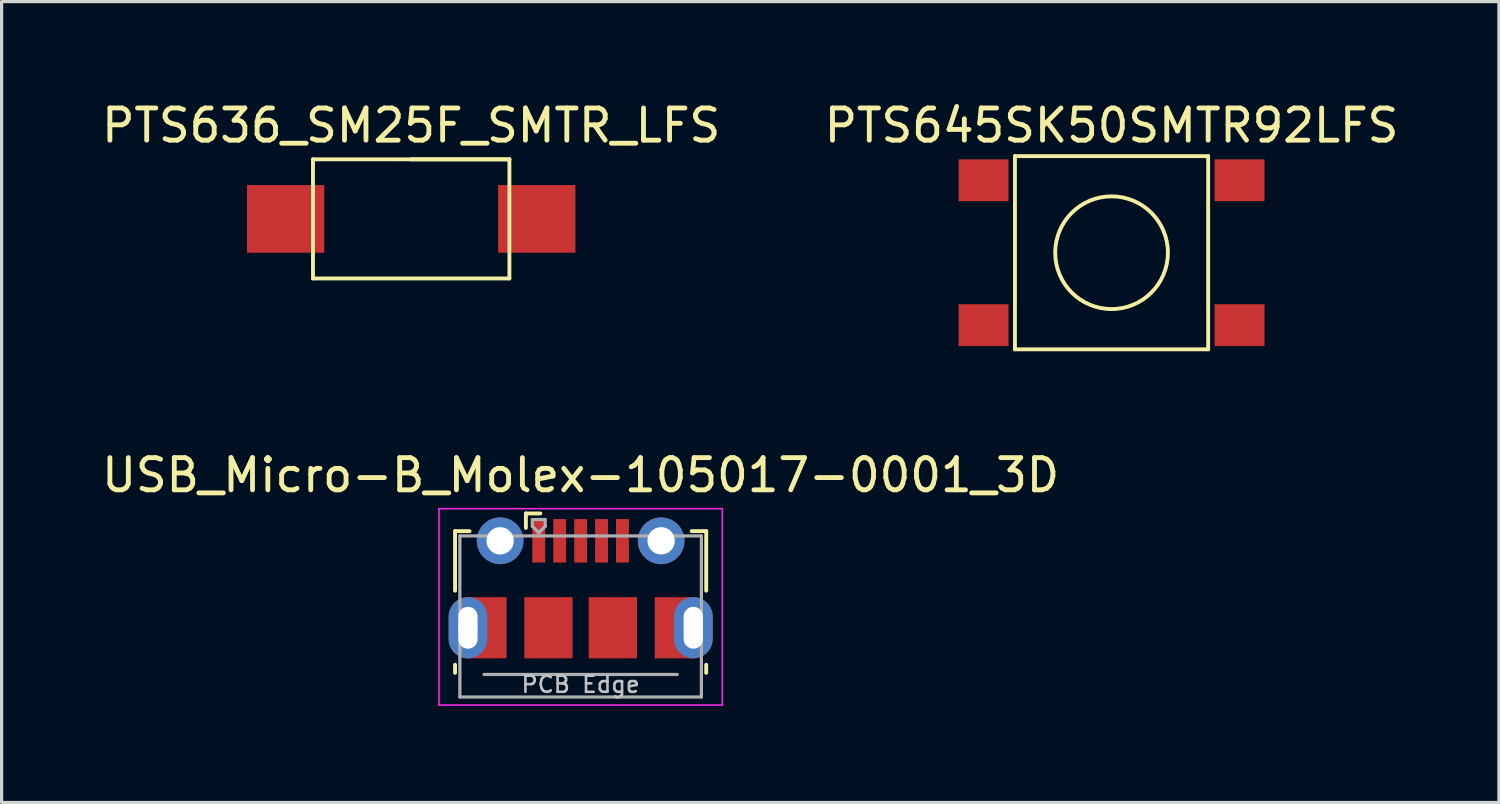
<source format=kicad_pcb>
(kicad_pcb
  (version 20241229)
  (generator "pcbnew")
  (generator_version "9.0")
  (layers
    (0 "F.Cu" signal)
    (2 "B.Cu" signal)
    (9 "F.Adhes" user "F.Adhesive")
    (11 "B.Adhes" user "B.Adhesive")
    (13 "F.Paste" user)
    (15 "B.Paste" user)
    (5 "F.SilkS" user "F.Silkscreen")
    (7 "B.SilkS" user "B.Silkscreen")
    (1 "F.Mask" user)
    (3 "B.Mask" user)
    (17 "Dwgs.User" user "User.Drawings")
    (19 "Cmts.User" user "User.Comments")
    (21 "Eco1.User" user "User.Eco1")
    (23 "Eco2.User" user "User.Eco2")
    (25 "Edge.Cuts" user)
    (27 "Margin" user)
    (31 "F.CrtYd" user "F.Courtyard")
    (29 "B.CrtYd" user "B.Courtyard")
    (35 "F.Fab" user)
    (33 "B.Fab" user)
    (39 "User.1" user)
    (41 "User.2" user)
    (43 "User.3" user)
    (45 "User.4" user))
  (footprint "PTS636_SM25F_SMTR_LFS"
    (layer "F.Cu")
    (at 5.82 3.748)
    (property "Reference" "PTS636_SM25F_SMTR_LFS" (at 3.9 -2.9 0) (layer "F.SilkS") (effects (font (size 1 1) (thickness 0.15))))
    (attr through_hole)
    (fp_line (start 0.85 -1.85) (end 6.95 -1.85) (stroke (width 0.12) (type solid)) (layer "F.SilkS"))
    (fp_line (start 0.85 1.85) (end 0.85 -1.85) (stroke (width 0.12) (type solid)) (layer "F.SilkS"))
    (fp_line (start 3.9 -1.85) (end 6.95 -1.85) (stroke (width 0.12) (type solid)) (layer "F.SilkS"))
    (fp_line (start 6.95 -1.85) (end 6.95 1.85) (stroke (width 0.12) (type solid)) (layer "F.SilkS"))
    (fp_line (start 6.95 1.85) (end 0.85 1.85) (stroke (width 0.12) (type solid)) (layer "F.SilkS"))
    (pad "1" smd rect (at 0 0 90) (size 2.1 2.4) (layers "F.Cu" "F.Mask" "F.Paste"))
    (pad "2" smd rect (at 7.8 0 90) (size 2.1 2.4) (layers "F.Cu" "F.Mask" "F.Paste")))
  (footprint "PTS645SK50SMTR92LFS"
    (layer "F.Cu")
    (at 31.47 4.798)
    (property "Reference" "PTS645SK50SMTR92LFS" (at 0 -3.95 0) (layer "F.SilkS") (effects (font (size 1 1) (thickness 0.15))))
    (attr through_hole)
    (fp_line (start -3 -3) (end 3 -3) (stroke (width 0.12) (type solid)) (layer "F.SilkS"))
    (fp_line (start -3 3) (end -3 -3) (stroke (width 0.12) (type solid)) (layer "F.SilkS"))
    (fp_line (start 3 -3) (end 3 3) (stroke (width 0.12) (type solid)) (layer "F.SilkS"))
    (fp_line (start 3 3) (end -3 3) (stroke (width 0.12) (type solid)) (layer "F.SilkS"))
    (fp_circle (center 0 0) (end 1.75 0) (stroke (width 0.12) (type solid)) (fill no) (layer "F.SilkS"))
    (pad "1" smd rect (at -3.975 -2.25) (size 1.55 1.3) (layers "F.Cu" "F.Mask" "F.Paste"))
    (pad "2" smd rect (at -3.975 2.25) (size 1.55 1.3) (layers "F.Cu" "F.Mask" "F.Paste"))
    (pad "3" smd rect (at 3.975 -2.25) (size 1.55 1.3) (layers "F.Cu" "F.Mask" "F.Paste"))
    (pad "4" smd rect (at 3.975 2.25) (size 1.55 1.3) (layers "F.Cu" "F.Mask" "F.Paste")))
  (footprint "USB_Micro-B_Molex-105017-0001_3D"
    (layer "F.Cu")
    (at 14.982 15.207)
    (property "Reference" "USB_Micro-B_Molex-105017-0001_3D" (at 0 -3.5 0) (layer "F.SilkS") (effects (font (size 1 1) (thickness 0.15))))
    (attr through_hole)
    (fp_line (start -3.9 -1.762) (end -3.45 -1.762) (stroke (width 0.12) (type solid)) (layer "F.SilkS"))
    (fp_line (start -3.9 0.087) (end -3.9 -1.762) (stroke (width 0.12) (type solid)) (layer "F.SilkS"))
    (fp_line (start -3.9 2.638) (end -3.9 2.388) (stroke (width 0.12) (type solid)) (layer "F.SilkS"))
    (fp_line (start -1.7 -2.312) (end -1.7 -1.863) (stroke (width 0.12) (type solid)) (layer "F.SilkS"))
    (fp_line (start -1.7 -2.312) (end -1.25 -2.312) (stroke (width 0.12) (type solid)) (layer "F.SilkS"))
    (fp_line (start 3.9 -1.762) (end 3.45 -1.762) (stroke (width 0.12) (type solid)) (layer "F.SilkS"))
    (fp_line (start 3.9 0.087) (end 3.9 -1.762) (stroke (width 0.12) (type solid)) (layer "F.SilkS"))
    (fp_line (start 3.9 2.638) (end 3.9 2.388) (stroke (width 0.12) (type solid)) (layer "F.SilkS"))
    (fp_line (start -4.4 -2.46) (end 4.4 -2.46) (stroke (width 0.05) (type solid)) (layer "F.CrtYd"))
    (fp_line (start -4.4 3.64) (end -4.4 -2.46) (stroke (width 0.05) (type solid)) (layer "F.CrtYd"))
    (fp_line (start -4.4 3.64) (end 4.4 3.64) (stroke (width 0.05) (type solid)) (layer "F.CrtYd"))
    (fp_line (start 4.4 -2.46) (end 4.4 3.64) (stroke (width 0.05) (type solid)) (layer "F.CrtYd"))
    (fp_line (start -3.75 -1.613) (end 3.75 -1.613) (stroke (width 0.1) (type solid)) (layer "F.Fab"))
    (fp_line (start -3.75 3.388) (end -3.75 -1.613) (stroke (width 0.1) (type solid)) (layer "F.Fab"))
    (fp_line (start -3.75 3.389) (end 3.75 3.389) (stroke (width 0.1) (type solid)) (layer "F.Fab"))
    (fp_line (start -3 2.689) (end 3 2.689) (stroke (width 0.1) (type solid)) (layer "F.Fab"))
    (fp_line (start -1.5 -2.123) (end -1.5 -1.913) (stroke (width 0.1) (type solid)) (layer "F.Fab"))
    (fp_line (start -1.5 -2.123) (end -1.1 -2.123) (stroke (width 0.1) (type solid)) (layer "F.Fab"))
    (fp_line (start -1.3 -1.712) (end -1.5 -1.913) (stroke (width 0.1) (type solid)) (layer "F.Fab"))
    (fp_line (start -1.1 -2.123) (end -1.1 -1.913) (stroke (width 0.1) (type solid)) (layer "F.Fab"))
    (fp_line (start -1.1 -1.913) (end -1.3 -1.712) (stroke (width 0.1) (type solid)) (layer "F.Fab"))
    (fp_line (start 3.75 3.388) (end 3.75 -1.613) (stroke (width 0.1) (type solid)) (layer "F.Fab"))
    (fp_text user "PCB Edge" (at 0 3 0) (layer "Dwgs.User") (effects (font (size 0.5 0.5) (thickness 0.08))))
    (pad "1" smd rect (at -1.3 -1.462) (size 0.4 1.35) (layers "F.Cu" "F.Mask" "F.Paste"))
    (pad "2" smd rect (at -0.65 -1.462) (size 0.4 1.35) (layers "F.Cu" "F.Mask" "F.Paste"))
    (pad "3" smd rect (at 0 -1.462) (size 0.4 1.35) (layers "F.Cu" "F.Mask" "F.Paste"))
    (pad "4" smd rect (at 0.65 -1.462) (size 0.4 1.35) (layers "F.Cu" "F.Mask" "F.Paste"))
    (pad "5" smd rect (at 1.3 -1.462) (size 0.4 1.35) (layers "F.Cu" "F.Mask" "F.Paste"))
    (pad "6" thru_hole oval (at -3.5 1.238 180) (size 1.2 1.9) (drill oval 0.6 1.3) (layers "*.Cu" "*.Mask"))
    (pad "6" smd rect (at -2.9 1.238) (size 1.2 1.9) (layers "F.Cu" "F.Mask"))
    (pad "6" thru_hole circle (at -2.5 -1.462) (size 1.45 1.45) (drill 0.85) (layers "*.Cu" "*.Mask"))
    (pad "6" smd rect (at -1 1.238) (size 1.5 1.9) (layers "F.Cu" "F.Mask" "F.Paste"))
    (pad "6" smd rect (at 1 1.238) (size 1.5 1.9) (layers "F.Cu" "F.Mask" "F.Paste"))
    (pad "6" thru_hole circle (at 2.5 -1.462) (size 1.45 1.45) (drill 0.85) (layers "*.Cu" "*.Mask"))
    (pad "6" smd rect (at 2.9 1.238) (size 1.2 1.9) (layers "F.Cu" "F.Mask"))
    (pad "6" thru_hole oval (at 3.5 1.238) (size 1.2 1.9) (drill oval 0.6 1.3) (layers "*.Cu" "*.Mask")))
  (gr_rect
    (start -3 -3)
    (end 43.5 21.872)
    (stroke (width 0.1) (type default))
    (fill no)
    (layer "Edge.Cuts")))
</source>
